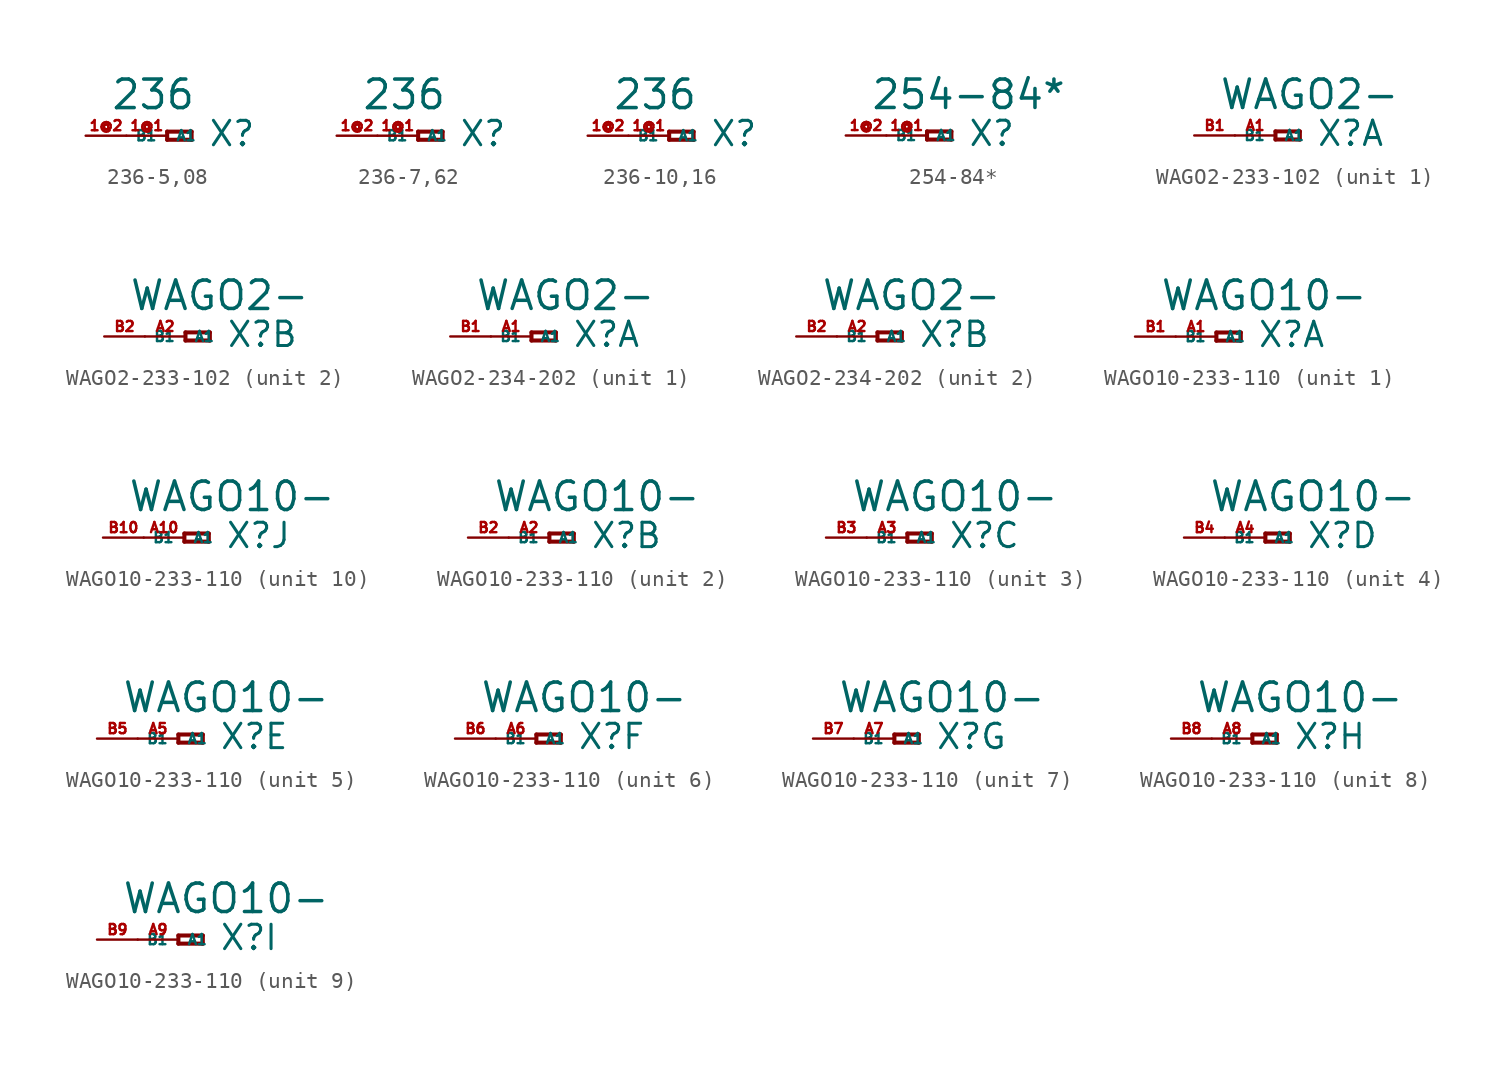
<source format=kicad_sym>
(kicad_symbol_lib
  (version 20220914)
  (generator Eagle2Kicad)
  (symbol "236-5,08"
    (property "Reference" "X"
      (at 2.54 -0.762 0)
      (effects (font (size 1.524 1.524) (thickness 0.19)) (justify left bottom)))
    (property "Value" "236"
      (at -3.556 1.524 0)
      (effects (font (size 1.778 1.778) (thickness 0.22)) (justify left bottom)))
    (polyline
      (pts (xy 0 0.254) (xy 0 -0.254))
      (stroke (width 0.254) (type default))
      (fill (type none)))
    (polyline
      (pts (xy 0 -0.254) (xy 1.524 -0.254))
      (stroke (width 0.254) (type default))
      (fill (type none)))
    (polyline
      (pts (xy 1.524 -0.254) (xy 1.524 0.254))
      (stroke (width 0.254) (type default))
      (fill (type none)))
    (polyline
      (pts (xy 1.524 0.254) (xy 0 0.254))
      (stroke (width 0.254) (type default))
      (fill (type none)))
    (pin passive line
      (at -2.54 0 0)
      (length 2.54)
      (name "A1" (effects (font (size 0.635 0.635) (thickness 0.08)) (justify left bottom)))
      (number "1@1" (effects (font (size 0.635 0.635) (thickness 0.08)) (justify left bottom))))
    (pin passive line
      (at -5.08 0 0)
      (length 2.54)
      (name "B1" (effects (font (size 0.635 0.635) (thickness 0.08)) (justify left bottom)))
      (number "1@2" (effects (font (size 0.635 0.635) (thickness 0.08)) (justify left bottom)))))
  (symbol "236-7,62"
    (property "Reference" "X"
      (at 2.54 -0.762 0)
      (effects (font (size 1.524 1.524) (thickness 0.19)) (justify left bottom)))
    (property "Value" "236"
      (at -3.556 1.524 0)
      (effects (font (size 1.778 1.778) (thickness 0.22)) (justify left bottom)))
    (polyline
      (pts (xy 0 0.254) (xy 0 -0.254))
      (stroke (width 0.254) (type default))
      (fill (type none)))
    (polyline
      (pts (xy 0 -0.254) (xy 1.524 -0.254))
      (stroke (width 0.254) (type default))
      (fill (type none)))
    (polyline
      (pts (xy 1.524 -0.254) (xy 1.524 0.254))
      (stroke (width 0.254) (type default))
      (fill (type none)))
    (polyline
      (pts (xy 1.524 0.254) (xy 0 0.254))
      (stroke (width 0.254) (type default))
      (fill (type none)))
    (pin passive line
      (at -2.54 0 0)
      (length 2.54)
      (name "A1" (effects (font (size 0.635 0.635) (thickness 0.08)) (justify left bottom)))
      (number "1@1" (effects (font (size 0.635 0.635) (thickness 0.08)) (justify left bottom))))
    (pin passive line
      (at -5.08 0 0)
      (length 2.54)
      (name "B1" (effects (font (size 0.635 0.635) (thickness 0.08)) (justify left bottom)))
      (number "1@2" (effects (font (size 0.635 0.635) (thickness 0.08)) (justify left bottom)))))
  (symbol "236-10,16"
    (property "Reference" "X"
      (at 2.54 -0.762 0)
      (effects (font (size 1.524 1.524) (thickness 0.19)) (justify left bottom)))
    (property "Value" "236"
      (at -3.556 1.524 0)
      (effects (font (size 1.778 1.778) (thickness 0.22)) (justify left bottom)))
    (polyline
      (pts (xy 0 0.254) (xy 0 -0.254))
      (stroke (width 0.254) (type default))
      (fill (type none)))
    (polyline
      (pts (xy 0 -0.254) (xy 1.524 -0.254))
      (stroke (width 0.254) (type default))
      (fill (type none)))
    (polyline
      (pts (xy 1.524 -0.254) (xy 1.524 0.254))
      (stroke (width 0.254) (type default))
      (fill (type none)))
    (polyline
      (pts (xy 1.524 0.254) (xy 0 0.254))
      (stroke (width 0.254) (type default))
      (fill (type none)))
    (pin passive line
      (at -2.54 0 0)
      (length 2.54)
      (name "A1" (effects (font (size 0.635 0.635) (thickness 0.08)) (justify left bottom)))
      (number "1@1" (effects (font (size 0.635 0.635) (thickness 0.08)) (justify left bottom))))
    (pin passive line
      (at -5.08 0 0)
      (length 2.54)
      (name "B1" (effects (font (size 0.635 0.635) (thickness 0.08)) (justify left bottom)))
      (number "1@2" (effects (font (size 0.635 0.635) (thickness 0.08)) (justify left bottom)))))
  (symbol "254-84*"
    (property "Reference" "X"
      (at 2.54 -0.762 0)
      (effects (font (size 1.524 1.524) (thickness 0.19)) (justify left bottom)))
    (property "Value" "254-84*"
      (at -3.556 1.524 0)
      (effects (font (size 1.778 1.778) (thickness 0.22)) (justify left bottom)))
    (polyline
      (pts (xy 0 0.254) (xy 0 -0.254))
      (stroke (width 0.254) (type default))
      (fill (type none)))
    (polyline
      (pts (xy 0 -0.254) (xy 1.524 -0.254))
      (stroke (width 0.254) (type default))
      (fill (type none)))
    (polyline
      (pts (xy 1.524 -0.254) (xy 1.524 0.254))
      (stroke (width 0.254) (type default))
      (fill (type none)))
    (polyline
      (pts (xy 1.524 0.254) (xy 0 0.254))
      (stroke (width 0.254) (type default))
      (fill (type none)))
    (pin passive line
      (at -2.54 0 0)
      (length 2.54)
      (name "A1" (effects (font (size 0.635 0.635) (thickness 0.08)) (justify left bottom)))
      (number "1@1" (effects (font (size 0.635 0.635) (thickness 0.08)) (justify left bottom))))
    (pin passive line
      (at -5.08 0 0)
      (length 2.54)
      (name "B1" (effects (font (size 0.635 0.635) (thickness 0.08)) (justify left bottom)))
      (number "1@2" (effects (font (size 0.635 0.635) (thickness 0.08)) (justify left bottom)))))
  (symbol "WAGO2-233-102"
    (property "Reference" "X"
      (at 2.54 -0.762 0)
      (effects (font (size 1.524 1.524) (thickness 0.19)) (justify left bottom)))
    (property "Value" "WAGO2-"
      (at -3.556 1.524 0)
      (effects (font (size 1.778 1.778) (thickness 0.22)) (justify left bottom)))
    (symbol "WAGO2-233-102_1_0"
      (polyline (pts (xy 0 0.254) (xy 0 -0.254)) (stroke (width 0.254) (type default)) (fill (type none)))
      (polyline (pts (xy 0 -0.254) (xy 1.524 -0.254)) (stroke (width 0.254) (type default)) (fill (type none)))
      (polyline (pts (xy 1.524 -0.254) (xy 1.524 0.254)) (stroke (width 0.254) (type default)) (fill (type none)))
      (polyline (pts (xy 1.524 0.254) (xy 0 0.254)) (stroke (width 0.254) (type default)) (fill (type none)))
      (pin passive line (at -2.54 0 0) (length 2.54) (name "A1" (effects (font (size 0.635 0.635) (thickness 0.08)) (justify left bottom))) (number "A1" (effects (font (size 0.635 0.635) (thickness 0.08)) (justify left bottom))))
      (pin passive line (at -5.08 0 0) (length 2.54) (name "B1" (effects (font (size 0.635 0.635) (thickness 0.08)) (justify left bottom))) (number "B1" (effects (font (size 0.635 0.635) (thickness 0.08)) (justify left bottom)))))
    (symbol "WAGO2-233-102_2_0"
      (polyline (pts (xy 0 0.254) (xy 0 -0.254)) (stroke (width 0.254) (type default)) (fill (type none)))
      (polyline (pts (xy 0 -0.254) (xy 1.524 -0.254)) (stroke (width 0.254) (type default)) (fill (type none)))
      (polyline (pts (xy 1.524 -0.254) (xy 1.524 0.254)) (stroke (width 0.254) (type default)) (fill (type none)))
      (polyline (pts (xy 1.524 0.254) (xy 0 0.254)) (stroke (width 0.254) (type default)) (fill (type none)))
      (pin passive line (at -2.54 0 0) (length 2.54) (name "A1" (effects (font (size 0.635 0.635) (thickness 0.08)) (justify left bottom))) (number "A2" (effects (font (size 0.635 0.635) (thickness 0.08)) (justify left bottom))))
      (pin passive line (at -5.08 0 0) (length 2.54) (name "B1" (effects (font (size 0.635 0.635) (thickness 0.08)) (justify left bottom))) (number "B2" (effects (font (size 0.635 0.635) (thickness 0.08)) (justify left bottom))))))
  (symbol "WAGO2-234-202"
    (property "Reference" "X"
      (at 2.54 -0.762 0)
      (effects (font (size 1.524 1.524) (thickness 0.19)) (justify left bottom)))
    (property "Value" "WAGO2-"
      (at -3.556 1.524 0)
      (effects (font (size 1.778 1.778) (thickness 0.22)) (justify left bottom)))
    (symbol "WAGO2-234-202_1_0"
      (polyline (pts (xy 0 0.254) (xy 0 -0.254)) (stroke (width 0.254) (type default)) (fill (type none)))
      (polyline (pts (xy 0 -0.254) (xy 1.524 -0.254)) (stroke (width 0.254) (type default)) (fill (type none)))
      (polyline (pts (xy 1.524 -0.254) (xy 1.524 0.254)) (stroke (width 0.254) (type default)) (fill (type none)))
      (polyline (pts (xy 1.524 0.254) (xy 0 0.254)) (stroke (width 0.254) (type default)) (fill (type none)))
      (pin passive line (at -2.54 0 0) (length 2.54) (name "A1" (effects (font (size 0.635 0.635) (thickness 0.08)) (justify left bottom))) (number "A1" (effects (font (size 0.635 0.635) (thickness 0.08)) (justify left bottom))))
      (pin passive line (at -5.08 0 0) (length 2.54) (name "B1" (effects (font (size 0.635 0.635) (thickness 0.08)) (justify left bottom))) (number "B1" (effects (font (size 0.635 0.635) (thickness 0.08)) (justify left bottom)))))
    (symbol "WAGO2-234-202_2_0"
      (polyline (pts (xy 0 0.254) (xy 0 -0.254)) (stroke (width 0.254) (type default)) (fill (type none)))
      (polyline (pts (xy 0 -0.254) (xy 1.524 -0.254)) (stroke (width 0.254) (type default)) (fill (type none)))
      (polyline (pts (xy 1.524 -0.254) (xy 1.524 0.254)) (stroke (width 0.254) (type default)) (fill (type none)))
      (polyline (pts (xy 1.524 0.254) (xy 0 0.254)) (stroke (width 0.254) (type default)) (fill (type none)))
      (pin passive line (at -2.54 0 0) (length 2.54) (name "A1" (effects (font (size 0.635 0.635) (thickness 0.08)) (justify left bottom))) (number "A2" (effects (font (size 0.635 0.635) (thickness 0.08)) (justify left bottom))))
      (pin passive line (at -5.08 0 0) (length 2.54) (name "B1" (effects (font (size 0.635 0.635) (thickness 0.08)) (justify left bottom))) (number "B2" (effects (font (size 0.635 0.635) (thickness 0.08)) (justify left bottom))))))
  (symbol "WAGO10-233-110"
    (property "Reference" "X"
      (at 2.54 -0.762 0)
      (effects (font (size 1.524 1.524) (thickness 0.19)) (justify left bottom)))
    (property "Value" "WAGO10-"
      (at -3.556 1.524 0)
      (effects (font (size 1.778 1.778) (thickness 0.22)) (justify left bottom)))
    (symbol "WAGO10-233-110_1_0"
      (polyline (pts (xy 0 0.254) (xy 0 -0.254)) (stroke (width 0.254) (type default)) (fill (type none)))
      (polyline (pts (xy 0 -0.254) (xy 1.524 -0.254)) (stroke (width 0.254) (type default)) (fill (type none)))
      (polyline (pts (xy 1.524 -0.254) (xy 1.524 0.254)) (stroke (width 0.254) (type default)) (fill (type none)))
      (polyline (pts (xy 1.524 0.254) (xy 0 0.254)) (stroke (width 0.254) (type default)) (fill (type none)))
      (pin passive line (at -2.54 0 0) (length 2.54) (name "A1" (effects (font (size 0.635 0.635) (thickness 0.08)) (justify left bottom))) (number "A1" (effects (font (size 0.635 0.635) (thickness 0.08)) (justify left bottom))))
      (pin passive line (at -5.08 0 0) (length 2.54) (name "B1" (effects (font (size 0.635 0.635) (thickness 0.08)) (justify left bottom))) (number "B1" (effects (font (size 0.635 0.635) (thickness 0.08)) (justify left bottom)))))
    (symbol "WAGO10-233-110_2_0"
      (polyline (pts (xy 0 0.254) (xy 0 -0.254)) (stroke (width 0.254) (type default)) (fill (type none)))
      (polyline (pts (xy 0 -0.254) (xy 1.524 -0.254)) (stroke (width 0.254) (type default)) (fill (type none)))
      (polyline (pts (xy 1.524 -0.254) (xy 1.524 0.254)) (stroke (width 0.254) (type default)) (fill (type none)))
      (polyline (pts (xy 1.524 0.254) (xy 0 0.254)) (stroke (width 0.254) (type default)) (fill (type none)))
      (pin passive line (at -2.54 0 0) (length 2.54) (name "A1" (effects (font (size 0.635 0.635) (thickness 0.08)) (justify left bottom))) (number "A2" (effects (font (size 0.635 0.635) (thickness 0.08)) (justify left bottom))))
      (pin passive line (at -5.08 0 0) (length 2.54) (name "B1" (effects (font (size 0.635 0.635) (thickness 0.08)) (justify left bottom))) (number "B2" (effects (font (size 0.635 0.635) (thickness 0.08)) (justify left bottom)))))
    (symbol "WAGO10-233-110_3_0"
      (polyline (pts (xy 0 0.254) (xy 0 -0.254)) (stroke (width 0.254) (type default)) (fill (type none)))
      (polyline (pts (xy 0 -0.254) (xy 1.524 -0.254)) (stroke (width 0.254) (type default)) (fill (type none)))
      (polyline (pts (xy 1.524 -0.254) (xy 1.524 0.254)) (stroke (width 0.254) (type default)) (fill (type none)))
      (polyline (pts (xy 1.524 0.254) (xy 0 0.254)) (stroke (width 0.254) (type default)) (fill (type none)))
      (pin passive line (at -2.54 0 0) (length 2.54) (name "A1" (effects (font (size 0.635 0.635) (thickness 0.08)) (justify left bottom))) (number "A3" (effects (font (size 0.635 0.635) (thickness 0.08)) (justify left bottom))))
      (pin passive line (at -5.08 0 0) (length 2.54) (name "B1" (effects (font (size 0.635 0.635) (thickness 0.08)) (justify left bottom))) (number "B3" (effects (font (size 0.635 0.635) (thickness 0.08)) (justify left bottom)))))
    (symbol "WAGO10-233-110_4_0"
      (polyline (pts (xy 0 0.254) (xy 0 -0.254)) (stroke (width 0.254) (type default)) (fill (type none)))
      (polyline (pts (xy 0 -0.254) (xy 1.524 -0.254)) (stroke (width 0.254) (type default)) (fill (type none)))
      (polyline (pts (xy 1.524 -0.254) (xy 1.524 0.254)) (stroke (width 0.254) (type default)) (fill (type none)))
      (polyline (pts (xy 1.524 0.254) (xy 0 0.254)) (stroke (width 0.254) (type default)) (fill (type none)))
      (pin passive line (at -2.54 0 0) (length 2.54) (name "A1" (effects (font (size 0.635 0.635) (thickness 0.08)) (justify left bottom))) (number "A4" (effects (font (size 0.635 0.635) (thickness 0.08)) (justify left bottom))))
      (pin passive line (at -5.08 0 0) (length 2.54) (name "B1" (effects (font (size 0.635 0.635) (thickness 0.08)) (justify left bottom))) (number "B4" (effects (font (size 0.635 0.635) (thickness 0.08)) (justify left bottom)))))
    (symbol "WAGO10-233-110_5_0"
      (polyline (pts (xy 0 0.254) (xy 0 -0.254)) (stroke (width 0.254) (type default)) (fill (type none)))
      (polyline (pts (xy 0 -0.254) (xy 1.524 -0.254)) (stroke (width 0.254) (type default)) (fill (type none)))
      (polyline (pts (xy 1.524 -0.254) (xy 1.524 0.254)) (stroke (width 0.254) (type default)) (fill (type none)))
      (polyline (pts (xy 1.524 0.254) (xy 0 0.254)) (stroke (width 0.254) (type default)) (fill (type none)))
      (pin passive line (at -2.54 0 0) (length 2.54) (name "A1" (effects (font (size 0.635 0.635) (thickness 0.08)) (justify left bottom))) (number "A5" (effects (font (size 0.635 0.635) (thickness 0.08)) (justify left bottom))))
      (pin passive line (at -5.08 0 0) (length 2.54) (name "B1" (effects (font (size 0.635 0.635) (thickness 0.08)) (justify left bottom))) (number "B5" (effects (font (size 0.635 0.635) (thickness 0.08)) (justify left bottom)))))
    (symbol "WAGO10-233-110_6_0"
      (polyline (pts (xy 0 0.254) (xy 0 -0.254)) (stroke (width 0.254) (type default)) (fill (type none)))
      (polyline (pts (xy 0 -0.254) (xy 1.524 -0.254)) (stroke (width 0.254) (type default)) (fill (type none)))
      (polyline (pts (xy 1.524 -0.254) (xy 1.524 0.254)) (stroke (width 0.254) (type default)) (fill (type none)))
      (polyline (pts (xy 1.524 0.254) (xy 0 0.254)) (stroke (width 0.254) (type default)) (fill (type none)))
      (pin passive line (at -2.54 0 0) (length 2.54) (name "A1" (effects (font (size 0.635 0.635) (thickness 0.08)) (justify left bottom))) (number "A6" (effects (font (size 0.635 0.635) (thickness 0.08)) (justify left bottom))))
      (pin passive line (at -5.08 0 0) (length 2.54) (name "B1" (effects (font (size 0.635 0.635) (thickness 0.08)) (justify left bottom))) (number "B6" (effects (font (size 0.635 0.635) (thickness 0.08)) (justify left bottom)))))
    (symbol "WAGO10-233-110_7_0"
      (polyline (pts (xy 0 0.254) (xy 0 -0.254)) (stroke (width 0.254) (type default)) (fill (type none)))
      (polyline (pts (xy 0 -0.254) (xy 1.524 -0.254)) (stroke (width 0.254) (type default)) (fill (type none)))
      (polyline (pts (xy 1.524 -0.254) (xy 1.524 0.254)) (stroke (width 0.254) (type default)) (fill (type none)))
      (polyline (pts (xy 1.524 0.254) (xy 0 0.254)) (stroke (width 0.254) (type default)) (fill (type none)))
      (pin passive line (at -2.54 0 0) (length 2.54) (name "A1" (effects (font (size 0.635 0.635) (thickness 0.08)) (justify left bottom))) (number "A7" (effects (font (size 0.635 0.635) (thickness 0.08)) (justify left bottom))))
      (pin passive line (at -5.08 0 0) (length 2.54) (name "B1" (effects (font (size 0.635 0.635) (thickness 0.08)) (justify left bottom))) (number "B7" (effects (font (size 0.635 0.635) (thickness 0.08)) (justify left bottom)))))
    (symbol "WAGO10-233-110_8_0"
      (polyline (pts (xy 0 0.254) (xy 0 -0.254)) (stroke (width 0.254) (type default)) (fill (type none)))
      (polyline (pts (xy 0 -0.254) (xy 1.524 -0.254)) (stroke (width 0.254) (type default)) (fill (type none)))
      (polyline (pts (xy 1.524 -0.254) (xy 1.524 0.254)) (stroke (width 0.254) (type default)) (fill (type none)))
      (polyline (pts (xy 1.524 0.254) (xy 0 0.254)) (stroke (width 0.254) (type default)) (fill (type none)))
      (pin passive line (at -2.54 0 0) (length 2.54) (name "A1" (effects (font (size 0.635 0.635) (thickness 0.08)) (justify left bottom))) (number "A8" (effects (font (size 0.635 0.635) (thickness 0.08)) (justify left bottom))))
      (pin passive line (at -5.08 0 0) (length 2.54) (name "B1" (effects (font (size 0.635 0.635) (thickness 0.08)) (justify left bottom))) (number "B8" (effects (font (size 0.635 0.635) (thickness 0.08)) (justify left bottom)))))
    (symbol "WAGO10-233-110_9_0"
      (polyline (pts (xy 0 0.254) (xy 0 -0.254)) (stroke (width 0.254) (type default)) (fill (type none)))
      (polyline (pts (xy 0 -0.254) (xy 1.524 -0.254)) (stroke (width 0.254) (type default)) (fill (type none)))
      (polyline (pts (xy 1.524 -0.254) (xy 1.524 0.254)) (stroke (width 0.254) (type default)) (fill (type none)))
      (polyline (pts (xy 1.524 0.254) (xy 0 0.254)) (stroke (width 0.254) (type default)) (fill (type none)))
      (pin passive line (at -2.54 0 0) (length 2.54) (name "A1" (effects (font (size 0.635 0.635) (thickness 0.08)) (justify left bottom))) (number "A9" (effects (font (size 0.635 0.635) (thickness 0.08)) (justify left bottom))))
      (pin passive line (at -5.08 0 0) (length 2.54) (name "B1" (effects (font (size 0.635 0.635) (thickness 0.08)) (justify left bottom))) (number "B9" (effects (font (size 0.635 0.635) (thickness 0.08)) (justify left bottom)))))
    (symbol "WAGO10-233-110_10_0"
      (polyline (pts (xy 0 0.254) (xy 0 -0.254)) (stroke (width 0.254) (type default)) (fill (type none)))
      (polyline (pts (xy 0 -0.254) (xy 1.524 -0.254)) (stroke (width 0.254) (type default)) (fill (type none)))
      (polyline (pts (xy 1.524 -0.254) (xy 1.524 0.254)) (stroke (width 0.254) (type default)) (fill (type none)))
      (polyline (pts (xy 1.524 0.254) (xy 0 0.254)) (stroke (width 0.254) (type default)) (fill (type none)))
      (pin passive line (at -2.54 0 0) (length 2.54) (name "A1" (effects (font (size 0.635 0.635) (thickness 0.08)) (justify left bottom))) (number "A10" (effects (font (size 0.635 0.635) (thickness 0.08)) (justify left bottom))))
      (pin passive line (at -5.08 0 0) (length 2.54) (name "B1" (effects (font (size 0.635 0.635) (thickness 0.08)) (justify left bottom))) (number "B10" (effects (font (size 0.635 0.635) (thickness 0.08)) (justify left bottom)))))))
</source>
